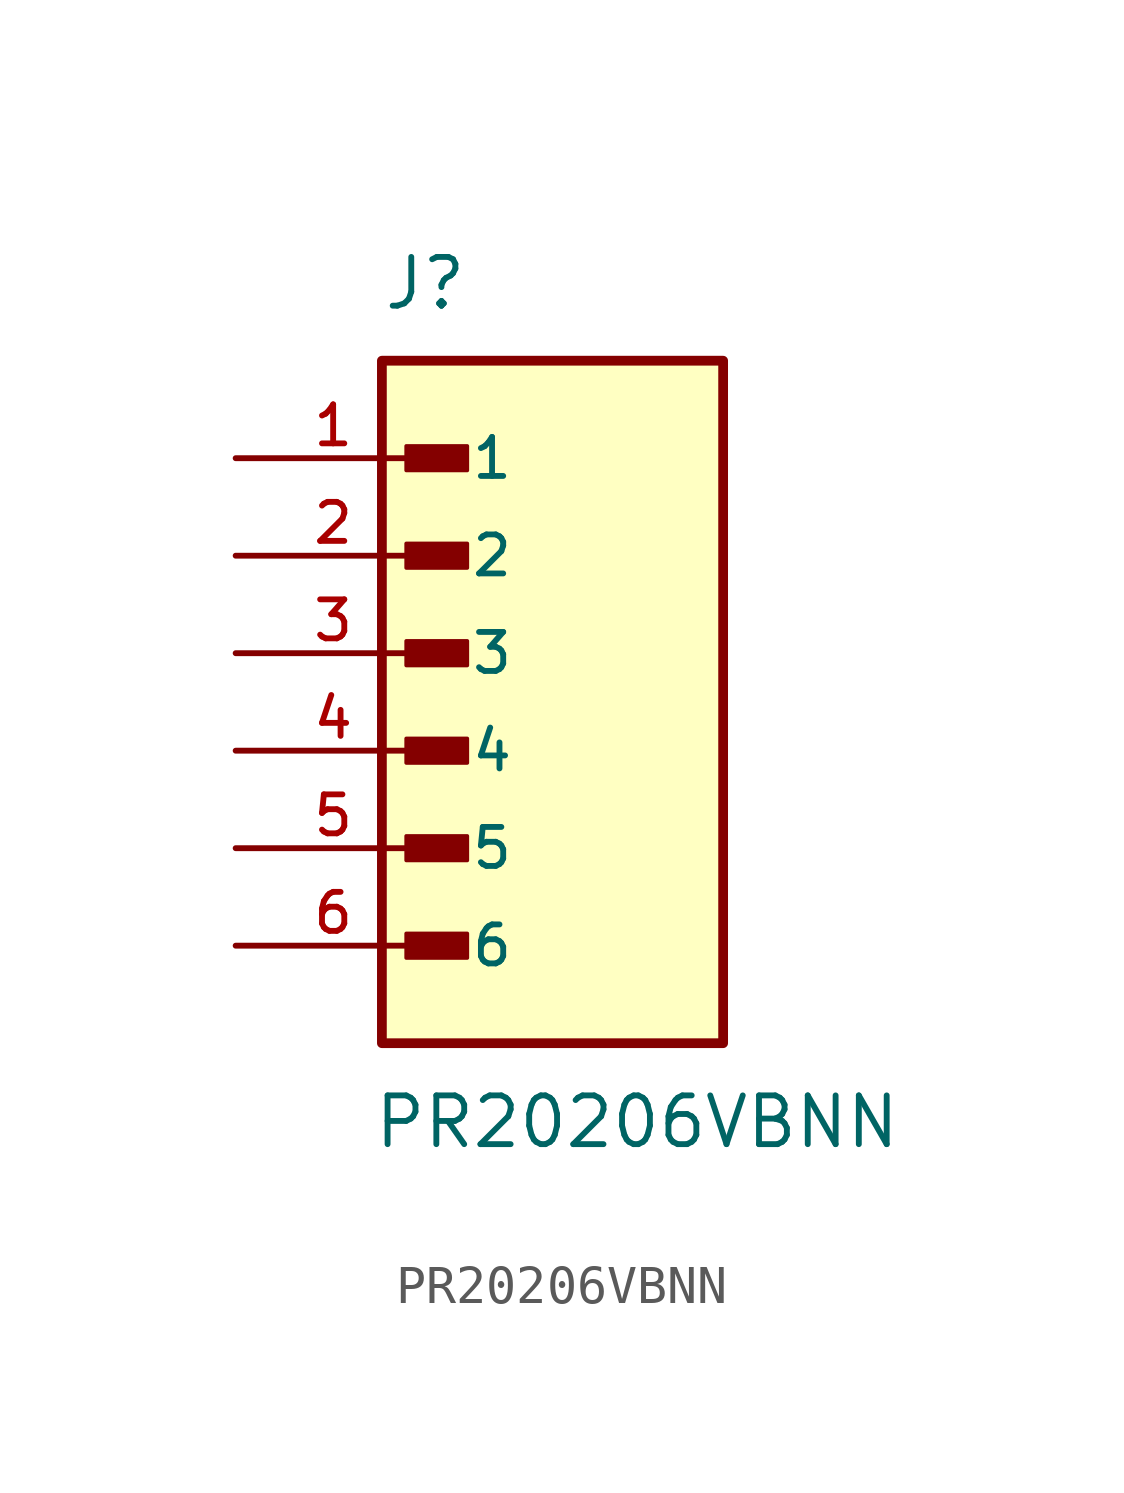
<source format=kicad_sym>
(kicad_symbol_lib
  (version 20231120)
  (generator "kicad_symbol_editor")
  (generator_version "8.0")
  (symbol "PR20206VBNN"
    (pin_names
      (offset 1.016))
    (property "Reference" "J"
      (at -3.81 8.89 0)
      (effects (font (size 1.27 1.27)) (justify left bottom)))
    (property "Value" "PR20206VBNN"
      (at -4.064 -12.954 0)
      (effects (font (size 1.27 1.27)) (justify left bottom)))
    (symbol "PR20206VBNN_0_0"
      (rectangle (start -3.81 -10.16) (end 5.08 7.62) (stroke (width 0.254) (type default)) (fill (type background)))
      (rectangle (start -3.175 -7.938) (end -1.587 -7.303) (stroke (width 0.1) (type default)) (fill (type outline)))
      (rectangle (start -3.175 -5.397) (end -1.587 -4.763) (stroke (width 0.1) (type default)) (fill (type outline)))
      (rectangle (start -3.175 -2.857) (end -1.587 -2.223) (stroke (width 0.1) (type default)) (fill (type outline)))
      (rectangle (start -3.175 -0.318) (end -1.587 0.318) (stroke (width 0.1) (type default)) (fill (type outline)))
      (rectangle (start -3.175 2.223) (end -1.587 2.857) (stroke (width 0.1) (type default)) (fill (type outline)))
      (rectangle (start -3.175 4.763) (end -1.587 5.397) (stroke (width 0.1) (type default)) (fill (type outline)))
      (pin passive line (at -7.62 5.08 0) (length 5.08) (name "1" (effects (font (size 1.016 1.016)))) (number "1" (effects (font (size 1.016 1.016)))))
      (pin passive line (at -7.62 2.54 0) (length 5.08) (name "2" (effects (font (size 1.016 1.016)))) (number "2" (effects (font (size 1.016 1.016)))))
      (pin passive line (at -7.62 0 0) (length 5.08) (name "3" (effects (font (size 1.016 1.016)))) (number "3" (effects (font (size 1.016 1.016)))))
      (pin passive line (at -7.62 -2.54 0) (length 5.08) (name "4" (effects (font (size 1.016 1.016)))) (number "4" (effects (font (size 1.016 1.016)))))
      (pin passive line (at -7.62 -5.08 0) (length 5.08) (name "5" (effects (font (size 1.016 1.016)))) (number "5" (effects (font (size 1.016 1.016)))))
      (pin passive line (at -7.62 -7.62 0) (length 5.08) (name "6" (effects (font (size 1.016 1.016)))) (number "6" (effects (font (size 1.016 1.016))))))))
</source>
